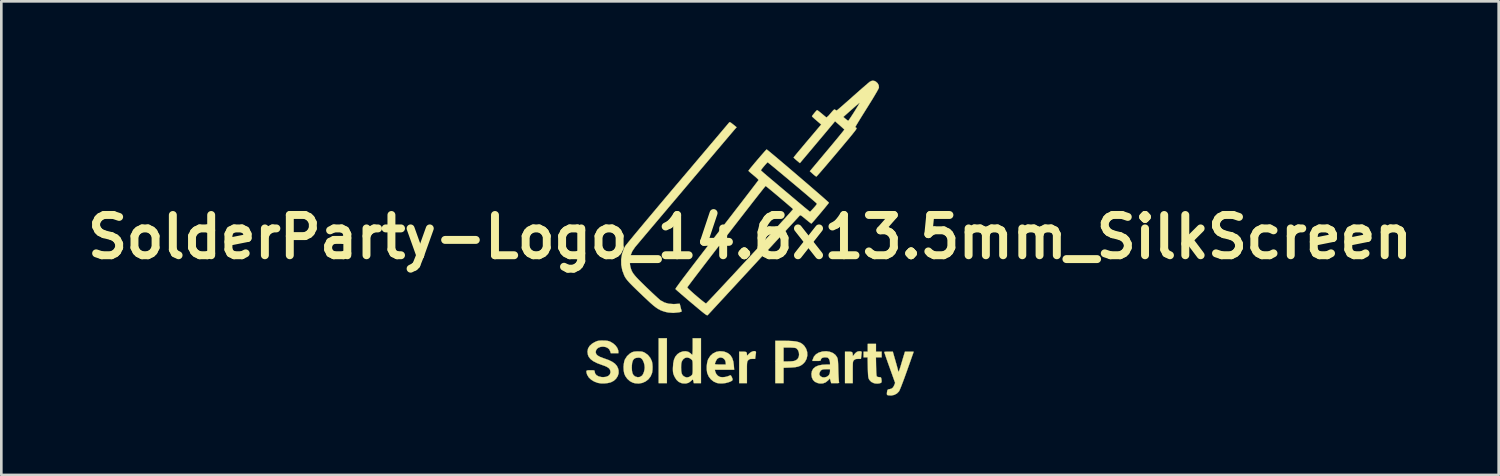
<source format=kicad_pcb>
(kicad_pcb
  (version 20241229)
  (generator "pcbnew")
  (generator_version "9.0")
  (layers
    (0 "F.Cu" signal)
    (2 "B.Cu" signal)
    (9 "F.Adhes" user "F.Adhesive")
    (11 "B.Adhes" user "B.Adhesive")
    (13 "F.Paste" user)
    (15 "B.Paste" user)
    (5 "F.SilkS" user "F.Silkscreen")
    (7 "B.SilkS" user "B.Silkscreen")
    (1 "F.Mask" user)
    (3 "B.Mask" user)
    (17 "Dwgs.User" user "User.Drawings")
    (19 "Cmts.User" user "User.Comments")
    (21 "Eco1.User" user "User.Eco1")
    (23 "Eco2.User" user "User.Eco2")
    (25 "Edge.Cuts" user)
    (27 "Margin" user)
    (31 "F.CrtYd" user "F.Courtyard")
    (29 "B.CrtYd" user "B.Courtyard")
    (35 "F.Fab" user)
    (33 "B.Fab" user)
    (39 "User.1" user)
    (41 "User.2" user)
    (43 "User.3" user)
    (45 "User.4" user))
  (footprint "SolderParty-Logo_14.6x13.5mm_SilkScreen"
    (layer "F.Cu")
    (at 25.335 5.921)
    (property "Reference" "SolderParty-Logo_14.6x13.5mm_SilkScreen" (at 0 0 0) (layer "F.SilkS") (effects (font (size 1.524 1.524) (thickness 0.3))))
    (attr through_hole)
    (fp_poly (pts (xy -3.146 5.529) (xy -3.458 5.529) (xy -3.458 3.83) (xy -3.146 3.83) (xy -3.146 5.529)) (stroke (width 0.01) (type solid)) (fill yes) (layer "F.SilkS"))
    (fp_poly (pts (xy 0.219 4.337) (xy 0.227 4.375) (xy 0.226 4.381) (xy 0.218 4.427) (xy 0.209 4.492) (xy 0.205 4.518) (xy 0.193 4.611) (xy 0.086 4.611) (xy 0.018 4.614) (xy -0.026 4.627) (xy -0.061 4.654) (xy -0.069 4.663) (xy -0.085 4.681) (xy -0.097 4.7) (xy -0.106 4.725) (xy -0.111 4.763) (xy -0.115 4.817) (xy -0.117 4.895) (xy -0.117 5.002) (xy -0.117 5.122) (xy -0.117 5.529) (xy -0.41 5.529) (xy -0.41 4.338) (xy -0.276 4.338) (xy -0.197 4.34) (xy -0.15 4.351) (xy -0.126 4.376) (xy -0.118 4.42) (xy -0.117 4.45) (xy -0.116 4.477) (xy -0.107 4.483) (xy -0.085 4.465) (xy -0.044 4.421) (xy 0.014 4.371) (xy 0.077 4.336) (xy 0.137 4.319) (xy 0.187 4.318) (xy 0.219 4.337)) (stroke (width 0.01) (type solid)) (fill yes) (layer "F.SilkS"))
    (fp_poly (pts (xy 4.213 4.333) (xy 4.227 4.357) (xy 4.223 4.392) (xy 4.216 4.451) (xy 4.211 4.499) (xy 4.198 4.611) (xy 4.091 4.611) (xy 4.021 4.615) (xy 3.975 4.629) (xy 3.937 4.658) (xy 3.936 4.659) (xy 3.92 4.676) (xy 3.908 4.694) (xy 3.9 4.718) (xy 3.894 4.754) (xy 3.891 4.808) (xy 3.889 4.885) (xy 3.888 4.99) (xy 3.888 5.118) (xy 3.888 5.529) (xy 3.595 5.529) (xy 3.595 4.338) (xy 3.73 4.338) (xy 3.808 4.34) (xy 3.855 4.353) (xy 3.879 4.382) (xy 3.887 4.434) (xy 3.888 4.472) (xy 3.89 4.497) (xy 3.901 4.497) (xy 3.924 4.469) (xy 3.944 4.441) (xy 3.991 4.389) (xy 4.041 4.349) (xy 4.06 4.339) (xy 4.119 4.323) (xy 4.174 4.322) (xy 4.213 4.333)) (stroke (width 0.01) (type solid)) (fill yes) (layer "F.SilkS"))
    (fp_poly (pts (xy 4.767 4.338) (xy 4.982 4.338) (xy 4.982 4.552) (xy 4.765 4.552) (xy 4.771 4.903) (xy 4.775 5.046) (xy 4.78 5.152) (xy 4.786 5.225) (xy 4.795 5.267) (xy 4.802 5.278) (xy 4.837 5.295) (xy 4.889 5.303) (xy 4.894 5.303) (xy 4.936 5.305) (xy 4.958 5.321) (xy 4.97 5.359) (xy 4.974 5.387) (xy 4.98 5.445) (xy 4.978 5.489) (xy 4.976 5.497) (xy 4.948 5.522) (xy 4.892 5.539) (xy 4.821 5.546) (xy 4.744 5.542) (xy 4.688 5.53) (xy 4.589 5.482) (xy 4.518 5.407) (xy 4.501 5.377) (xy 4.488 5.345) (xy 4.478 5.304) (xy 4.471 5.248) (xy 4.466 5.171) (xy 4.462 5.068) (xy 4.458 4.931) (xy 4.458 4.929) (xy 4.451 4.552) (xy 4.298 4.552) (xy 4.298 4.338) (xy 4.455 4.338) (xy 4.455 4.044) (xy 4.767 4.044) (xy 4.767 4.338)) (stroke (width 0.01) (type solid)) (fill yes) (layer "F.SilkS"))
    (fp_poly (pts (xy 1.469 3.93) (xy 1.619 3.938) (xy 1.741 3.952) (xy 1.838 3.976) (xy 1.918 4.008) (xy 1.985 4.052) (xy 2.043 4.107) (xy 2.056 4.122) (xy 2.126 4.232) (xy 2.164 4.354) (xy 2.169 4.481) (xy 2.142 4.605) (xy 2.083 4.717) (xy 2.05 4.757) (xy 1.98 4.823) (xy 1.905 4.871) (xy 1.817 4.904) (xy 1.708 4.926) (xy 1.57 4.937) (xy 1.519 4.939) (xy 1.27 4.948) (xy 1.27 5.529) (xy 0.957 5.529) (xy 0.957 4.181) (xy 1.27 4.181) (xy 1.27 4.709) (xy 1.431 4.708) (xy 1.519 4.706) (xy 1.602 4.7) (xy 1.664 4.691) (xy 1.671 4.69) (xy 1.749 4.656) (xy 1.802 4.612) (xy 1.842 4.543) (xy 1.857 4.459) (xy 1.85 4.373) (xy 1.822 4.293) (xy 1.776 4.23) (xy 1.728 4.2) (xy 1.688 4.192) (xy 1.619 4.186) (xy 1.533 4.182) (xy 1.474 4.181) (xy 1.27 4.181) (xy 0.957 4.181) (xy 0.957 3.927) (xy 1.286 3.927) (xy 1.469 3.93)) (stroke (width 0.01) (type solid)) (fill yes) (layer "F.SilkS"))
    (fp_poly (pts (xy -1.01 4.331) (xy -0.95 4.346) (xy -0.833 4.397) (xy -0.742 4.473) (xy -0.675 4.577) (xy -0.632 4.71) (xy -0.613 4.85) (xy -0.6 5.021) (xy -1.332 5.021) (xy -1.318 5.085) (xy -1.282 5.175) (xy -1.221 5.247) (xy -1.143 5.292) (xy -1.132 5.295) (xy -1.047 5.305) (xy -0.946 5.297) (xy -0.847 5.273) (xy -0.785 5.248) (xy -0.752 5.233) (xy -0.73 5.235) (xy -0.71 5.26) (xy -0.686 5.308) (xy -0.662 5.365) (xy -0.66 5.406) (xy -0.682 5.437) (xy -0.734 5.466) (xy -0.798 5.491) (xy -0.92 5.525) (xy -1.051 5.54) (xy -1.176 5.537) (xy -1.254 5.523) (xy -1.376 5.469) (xy -1.481 5.385) (xy -1.564 5.277) (xy -1.617 5.153) (xy -1.623 5.13) (xy -1.638 5.015) (xy -1.638 4.887) (xy -1.629 4.809) (xy -1.329 4.809) (xy -1.31 4.816) (xy -1.261 4.822) (xy -1.189 4.825) (xy -1.123 4.826) (xy -0.918 4.826) (xy -0.918 4.766) (xy -0.934 4.684) (xy -0.975 4.619) (xy -1.034 4.576) (xy -1.103 4.558) (xy -1.174 4.568) (xy -1.239 4.61) (xy -1.246 4.618) (xy -1.276 4.663) (xy -1.305 4.725) (xy -1.325 4.783) (xy -1.329 4.809) (xy -1.629 4.809) (xy -1.623 4.763) (xy -1.596 4.656) (xy -1.582 4.622) (xy -1.504 4.499) (xy -1.403 4.407) (xy -1.284 4.347) (xy -1.152 4.321) (xy -1.01 4.331)) (stroke (width 0.01) (type solid)) (fill yes) (layer "F.SilkS"))
    (fp_poly (pts (xy -4.154 4.33) (xy -4.093 4.336) (xy -4.043 4.35) (xy -3.989 4.375) (xy -3.966 4.388) (xy -3.859 4.469) (xy -3.772 4.577) (xy -3.715 4.7) (xy -3.71 4.715) (xy -3.695 4.803) (xy -3.688 4.911) (xy -3.691 5.022) (xy -3.703 5.12) (xy -3.71 5.152) (xy -3.764 5.278) (xy -3.847 5.384) (xy -3.952 5.465) (xy -4.075 5.52) (xy -4.209 5.544) (xy -4.348 5.535) (xy -4.435 5.512) (xy -4.547 5.453) (xy -4.645 5.365) (xy -4.721 5.257) (xy -4.76 5.164) (xy -4.78 5.056) (xy -4.786 4.938) (xy -4.474 4.938) (xy -4.468 5.061) (xy -4.449 5.153) (xy -4.414 5.22) (xy -4.361 5.268) (xy -4.338 5.281) (xy -4.25 5.306) (xy -4.165 5.294) (xy -4.09 5.247) (xy -4.081 5.237) (xy -4.043 5.178) (xy -4.011 5.094) (xy -3.991 5.001) (xy -3.986 4.933) (xy -3.995 4.839) (xy -4.021 4.743) (xy -4.058 4.661) (xy -4.084 4.624) (xy -4.123 4.586) (xy -4.162 4.568) (xy -4.218 4.564) (xy -4.238 4.564) (xy -4.324 4.576) (xy -4.389 4.611) (xy -4.434 4.673) (xy -4.462 4.765) (xy -4.474 4.889) (xy -4.474 4.938) (xy -4.786 4.938) (xy -4.786 4.933) (xy -4.778 4.809) (xy -4.757 4.697) (xy -4.732 4.629) (xy -4.654 4.508) (xy -4.549 4.411) (xy -4.485 4.371) (xy -4.431 4.348) (xy -4.37 4.335) (xy -4.287 4.329) (xy -4.24 4.329) (xy -4.154 4.33)) (stroke (width 0.01) (type solid)) (fill yes) (layer "F.SilkS"))
    (fp_poly (pts (xy 5.506 4.694) (xy 5.538 4.807) (xy 5.566 4.908) (xy 5.588 4.991) (xy 5.603 5.048) (xy 5.608 5.075) (xy 5.608 5.075) (xy 5.617 5.098) (xy 5.622 5.099) (xy 5.633 5.082) (xy 5.652 5.034) (xy 5.676 4.963) (xy 5.702 4.88) (xy 5.734 4.771) (xy 5.768 4.657) (xy 5.799 4.552) (xy 5.815 4.499) (xy 5.864 4.338) (xy 6.029 4.338) (xy 6.103 4.338) (xy 6.16 4.339) (xy 6.191 4.342) (xy 6.193 4.342) (xy 6.187 4.361) (xy 6.169 4.413) (xy 6.14 4.493) (xy 6.103 4.599) (xy 6.059 4.725) (xy 6.008 4.868) (xy 5.953 5.023) (xy 5.942 5.055) (xy 5.88 5.228) (xy 5.822 5.387) (xy 5.768 5.53) (xy 5.722 5.65) (xy 5.683 5.745) (xy 5.654 5.811) (xy 5.638 5.841) (xy 5.56 5.92) (xy 5.461 5.973) (xy 5.347 5.997) (xy 5.23 5.989) (xy 5.212 5.985) (xy 5.189 5.972) (xy 5.18 5.945) (xy 5.182 5.894) (xy 5.19 5.839) (xy 5.201 5.793) (xy 5.224 5.77) (xy 5.27 5.759) (xy 5.279 5.758) (xy 5.357 5.736) (xy 5.413 5.691) (xy 5.455 5.614) (xy 5.461 5.6) (xy 5.492 5.52) (xy 5.286 4.943) (xy 5.235 4.801) (xy 5.189 4.671) (xy 5.149 4.557) (xy 5.117 4.463) (xy 5.094 4.396) (xy 5.082 4.358) (xy 5.08 4.352) (xy 5.098 4.345) (xy 5.146 4.34) (xy 5.215 4.338) (xy 5.242 4.338) (xy 5.404 4.338) (xy 5.506 4.694)) (stroke (width 0.01) (type solid)) (fill yes) (layer "F.SilkS"))
    (fp_poly (pts (xy -1.856 5.529) (xy -2.128 5.529) (xy -2.141 5.461) (xy -2.153 5.416) (xy -2.165 5.393) (xy -2.167 5.393) (xy -2.188 5.405) (xy -2.224 5.438) (xy -2.237 5.451) (xy -2.323 5.514) (xy -2.427 5.543) (xy -2.545 5.538) (xy -2.599 5.526) (xy -2.699 5.481) (xy -2.782 5.404) (xy -2.851 5.294) (xy -2.859 5.278) (xy -2.887 5.214) (xy -2.905 5.161) (xy -2.914 5.105) (xy -2.918 5.035) (xy -2.918 4.953) (xy -2.917 4.943) (xy -2.608 4.943) (xy -2.603 5.067) (xy -2.587 5.158) (xy -2.556 5.223) (xy -2.509 5.268) (xy -2.475 5.286) (xy -2.428 5.306) (xy -2.396 5.312) (xy -2.36 5.309) (xy -2.328 5.302) (xy -2.271 5.279) (xy -2.218 5.241) (xy -2.218 5.241) (xy -2.198 5.219) (xy -2.184 5.196) (xy -2.176 5.164) (xy -2.171 5.116) (xy -2.169 5.044) (xy -2.169 4.941) (xy -2.169 4.934) (xy -2.169 4.83) (xy -2.171 4.757) (xy -2.175 4.708) (xy -2.183 4.676) (xy -2.197 4.653) (xy -2.217 4.633) (xy -2.223 4.627) (xy -2.302 4.575) (xy -2.384 4.558) (xy -2.463 4.576) (xy -2.53 4.627) (xy -2.564 4.676) (xy -2.586 4.725) (xy -2.599 4.777) (xy -2.606 4.846) (xy -2.608 4.942) (xy -2.608 4.943) (xy -2.917 4.943) (xy -2.906 4.778) (xy -2.875 4.634) (xy -2.822 4.519) (xy -2.746 4.431) (xy -2.651 4.367) (xy -2.54 4.329) (xy -2.431 4.322) (xy -2.332 4.346) (xy -2.25 4.401) (xy -2.239 4.413) (xy -2.207 4.443) (xy -2.185 4.455) (xy -2.18 4.436) (xy -2.175 4.385) (xy -2.171 4.308) (xy -2.169 4.212) (xy -2.169 4.142) (xy -2.169 3.83) (xy -1.856 3.83) (xy -1.856 5.529)) (stroke (width 0.01) (type solid)) (fill yes) (layer "F.SilkS"))
    (fp_poly (pts (xy 3.019 4.342) (xy 3.136 4.388) (xy 3.23 4.459) (xy 3.29 4.543) (xy 3.304 4.573) (xy 3.315 4.606) (xy 3.323 4.65) (xy 3.329 4.709) (xy 3.334 4.79) (xy 3.338 4.899) (xy 3.342 5.04) (xy 3.342 5.041) (xy 3.346 5.167) (xy 3.351 5.281) (xy 3.357 5.377) (xy 3.362 5.449) (xy 3.367 5.489) (xy 3.369 5.495) (xy 3.373 5.512) (xy 3.362 5.522) (xy 3.329 5.528) (xy 3.266 5.529) (xy 3.228 5.529) (xy 3.073 5.529) (xy 3.048 5.441) (xy 3.023 5.352) (xy 2.959 5.421) (xy 2.865 5.499) (xy 2.759 5.539) (xy 2.641 5.543) (xy 2.562 5.526) (xy 2.458 5.48) (xy 2.384 5.407) (xy 2.339 5.31) (xy 2.325 5.191) (xy 2.329 5.163) (xy 2.622 5.163) (xy 2.626 5.212) (xy 2.659 5.26) (xy 2.666 5.267) (xy 2.73 5.305) (xy 2.81 5.314) (xy 2.895 5.293) (xy 2.911 5.285) (xy 2.982 5.231) (xy 3.02 5.157) (xy 3.028 5.085) (xy 3.028 5.002) (xy 2.89 5.002) (xy 2.796 5.005) (xy 2.731 5.018) (xy 2.687 5.044) (xy 2.654 5.087) (xy 2.648 5.099) (xy 2.622 5.163) (xy 2.329 5.163) (xy 2.342 5.078) (xy 2.391 4.985) (xy 2.473 4.914) (xy 2.588 4.863) (xy 2.734 4.834) (xy 2.883 4.826) (xy 3.028 4.826) (xy 3.028 4.757) (xy 3.018 4.685) (xy 2.992 4.62) (xy 2.956 4.575) (xy 2.94 4.565) (xy 2.901 4.557) (xy 2.843 4.553) (xy 2.825 4.552) (xy 2.75 4.565) (xy 2.698 4.599) (xy 2.677 4.65) (xy 2.677 4.657) (xy 2.671 4.673) (xy 2.65 4.683) (xy 2.606 4.688) (xy 2.532 4.689) (xy 2.518 4.689) (xy 2.36 4.689) (xy 2.373 4.636) (xy 2.419 4.525) (xy 2.497 4.437) (xy 2.603 4.373) (xy 2.737 4.333) (xy 2.742 4.332) (xy 2.886 4.322) (xy 3.019 4.342)) (stroke (width 0.01) (type solid)) (fill yes) (layer "F.SilkS"))
    (fp_poly (pts (xy -5.47 3.92) (xy -5.397 3.928) (xy -5.337 3.942) (xy -5.285 3.963) (xy -5.18 4.025) (xy -5.091 4.104) (xy -5.025 4.194) (xy -4.988 4.286) (xy -4.982 4.337) (xy -4.982 4.396) (xy -5.269 4.396) (xy -5.293 4.317) (xy -5.332 4.245) (xy -5.396 4.192) (xy -5.475 4.16) (xy -5.563 4.148) (xy -5.65 4.156) (xy -5.73 4.184) (xy -5.793 4.232) (xy -5.832 4.301) (xy -5.835 4.31) (xy -5.839 4.377) (xy -5.815 4.436) (xy -5.76 4.489) (xy -5.672 4.538) (xy -5.547 4.585) (xy -5.52 4.594) (xy -5.35 4.655) (xy -5.215 4.721) (xy -5.112 4.794) (xy -5.039 4.877) (xy -4.993 4.974) (xy -4.975 5.044) (xy -4.973 5.155) (xy -5.006 5.263) (xy -5.069 5.36) (xy -5.156 5.441) (xy -5.263 5.496) (xy -5.267 5.498) (xy -5.383 5.526) (xy -5.515 5.54) (xy -5.645 5.538) (xy -5.758 5.52) (xy -5.763 5.519) (xy -5.9 5.467) (xy -6.015 5.396) (xy -6.105 5.31) (xy -6.162 5.214) (xy -6.173 5.183) (xy -6.19 5.116) (xy -6.193 5.074) (xy -6.175 5.052) (xy -6.13 5.043) (xy -6.053 5.041) (xy -6.037 5.041) (xy -5.96 5.042) (xy -5.913 5.045) (xy -5.89 5.054) (xy -5.882 5.069) (xy -5.881 5.085) (xy -5.863 5.163) (xy -5.812 5.227) (xy -5.732 5.273) (xy -5.627 5.298) (xy -5.558 5.303) (xy -5.449 5.291) (xy -5.364 5.256) (xy -5.307 5.202) (xy -5.281 5.13) (xy -5.284 5.071) (xy -5.303 5.014) (xy -5.34 4.966) (xy -5.401 4.923) (xy -5.489 4.881) (xy -5.611 4.837) (xy -5.618 4.835) (xy -5.793 4.769) (xy -5.931 4.698) (xy -6.033 4.621) (xy -6.102 4.536) (xy -6.134 4.46) (xy -6.151 4.337) (xy -6.131 4.224) (xy -6.074 4.125) (xy -5.981 4.039) (xy -5.886 3.982) (xy -5.82 3.951) (xy -5.766 3.932) (xy -5.711 3.922) (xy -5.64 3.918) (xy -5.569 3.918) (xy -5.47 3.92)) (stroke (width 0.01) (type solid)) (fill yes) (layer "F.SilkS"))
    (fp_poly (pts (xy -0.751 -4.342) (xy -0.714 -4.32) (xy -0.657 -4.275) (xy -0.637 -4.26) (xy -0.508 -4.155) (xy -0.554 -4.104) (xy -0.571 -4.084) (xy -0.612 -4.037) (xy -0.675 -3.963) (xy -0.757 -3.866) (xy -0.858 -3.747) (xy -0.976 -3.608) (xy -1.109 -3.451) (xy -1.255 -3.279) (xy -1.412 -3.093) (xy -1.58 -2.896) (xy -1.755 -2.689) (xy -1.937 -2.474) (xy -2.124 -2.254) (xy -2.313 -2.03) (xy -2.504 -1.804) (xy -2.694 -1.579) (xy -2.882 -1.357) (xy -3.067 -1.139) (xy -3.245 -0.928) (xy -3.417 -0.725) (xy -3.579 -0.533) (xy -3.731 -0.354) (xy -3.87 -0.189) (xy -3.995 -0.041) (xy -4.105 0.089) (xy -4.196 0.198) (xy -4.269 0.284) (xy -4.32 0.345) (xy -4.349 0.379) (xy -4.35 0.381) (xy -4.456 0.536) (xy -4.523 0.7) (xy -4.551 0.871) (xy -4.542 1.05) (xy -4.523 1.142) (xy -4.504 1.206) (xy -4.483 1.264) (xy -4.456 1.32) (xy -4.42 1.378) (xy -4.372 1.441) (xy -4.309 1.514) (xy -4.228 1.6) (xy -4.125 1.703) (xy -3.999 1.827) (xy -3.931 1.893) (xy -3.816 2.003) (xy -3.706 2.108) (xy -3.605 2.202) (xy -3.517 2.283) (xy -3.447 2.346) (xy -3.398 2.388) (xy -3.383 2.399) (xy -3.239 2.478) (xy -3.075 2.524) (xy -2.891 2.537) (xy -2.842 2.535) (xy -2.661 2.524) (xy -2.63 2.646) (xy -2.613 2.715) (xy -2.597 2.771) (xy -2.588 2.799) (xy -2.589 2.817) (xy -2.614 2.831) (xy -2.668 2.844) (xy -2.702 2.85) (xy -2.903 2.87) (xy -3.096 2.855) (xy -3.2 2.833) (xy -3.299 2.803) (xy -3.388 2.768) (xy -3.474 2.723) (xy -3.563 2.663) (xy -3.662 2.586) (xy -3.775 2.487) (xy -3.878 2.391) (xy -4.054 2.226) (xy -4.203 2.084) (xy -4.328 1.963) (xy -4.432 1.861) (xy -4.517 1.775) (xy -4.585 1.703) (xy -4.639 1.641) (xy -4.681 1.588) (xy -4.714 1.54) (xy -4.74 1.495) (xy -4.756 1.465) (xy -4.833 1.262) (xy -4.873 1.054) (xy -4.876 0.845) (xy -4.842 0.638) (xy -4.771 0.439) (xy -4.724 0.347) (xy -4.704 0.32) (xy -4.66 0.264) (xy -4.594 0.182) (xy -4.507 0.076) (xy -4.4 -0.054) (xy -4.275 -0.204) (xy -4.134 -0.374) (xy -3.977 -0.562) (xy -3.806 -0.765) (xy -3.623 -0.983) (xy -3.429 -1.214) (xy -3.226 -1.455) (xy -3.014 -1.706) (xy -2.796 -1.964) (xy -2.735 -2.035) (xy -2.517 -2.293) (xy -2.304 -2.543) (xy -2.1 -2.784) (xy -1.906 -3.014) (xy -1.722 -3.231) (xy -1.551 -3.433) (xy -1.394 -3.619) (xy -1.251 -3.787) (xy -1.125 -3.936) (xy -1.017 -4.064) (xy -0.928 -4.169) (xy -0.86 -4.25) (xy -0.814 -4.305) (xy -0.791 -4.332) (xy -0.789 -4.335) (xy -0.774 -4.346) (xy -0.751 -4.342)) (stroke (width 0.01) (type solid)) (fill yes) (layer "F.SilkS"))
    (fp_poly (pts (xy 4.699 -5.911) (xy 4.762 -5.882) (xy 4.83 -5.821) (xy 4.871 -5.744) (xy 4.879 -5.661) (xy 4.878 -5.653) (xy 4.865 -5.621) (xy 4.832 -5.558) (xy 4.782 -5.469) (xy 4.715 -5.355) (xy 4.634 -5.22) (xy 4.539 -5.067) (xy 4.434 -4.898) (xy 4.427 -4.887) (xy 4.333 -4.737) (xy 4.246 -4.598) (xy 4.168 -4.472) (xy 4.101 -4.363) (xy 4.048 -4.275) (xy 4.01 -4.211) (xy 3.989 -4.174) (xy 3.986 -4.167) (xy 4.002 -4.145) (xy 4.026 -4.13) (xy 4.032 -4.124) (xy 4.033 -4.113) (xy 4.026 -4.095) (xy 4.009 -4.067) (xy 3.981 -4.027) (xy 3.94 -3.974) (xy 3.884 -3.904) (xy 3.812 -3.815) (xy 3.722 -3.706) (xy 3.612 -3.575) (xy 3.481 -3.418) (xy 3.326 -3.234) (xy 3.298 -3.201) (xy 3.161 -3.038) (xy 3.031 -2.885) (xy 2.911 -2.744) (xy 2.802 -2.617) (xy 2.708 -2.507) (xy 2.629 -2.417) (xy 2.568 -2.348) (xy 2.528 -2.304) (xy 2.511 -2.288) (xy 2.511 -2.288) (xy 2.488 -2.3) (xy 2.445 -2.332) (xy 2.39 -2.378) (xy 2.378 -2.389) (xy 2.265 -2.491) (xy 2.92 -3.273) (xy 3.046 -3.423) (xy 3.163 -3.564) (xy 3.27 -3.693) (xy 3.365 -3.808) (xy 3.444 -3.905) (xy 3.506 -3.982) (xy 3.549 -4.036) (xy 3.569 -4.064) (xy 3.57 -4.067) (xy 3.555 -4.084) (xy 3.515 -4.121) (xy 3.458 -4.173) (xy 3.392 -4.232) (xy 3.218 -4.383) (xy 3.177 -4.333) (xy 3.156 -4.308) (xy 3.113 -4.257) (xy 3.05 -4.181) (xy 2.97 -4.086) (xy 2.875 -3.972) (xy 2.768 -3.845) (xy 2.651 -3.706) (xy 2.527 -3.559) (xy 2.512 -3.54) (xy 1.888 -2.799) (xy 1.769 -2.897) (xy 1.714 -2.945) (xy 1.672 -2.985) (xy 1.652 -3.008) (xy 1.651 -3.01) (xy 1.663 -3.028) (xy 1.698 -3.072) (xy 1.753 -3.14) (xy 1.825 -3.227) (xy 1.913 -3.332) (xy 2.012 -3.45) (xy 2.121 -3.58) (xy 2.173 -3.641) (xy 2.695 -4.258) (xy 2.52 -4.408) (xy 2.451 -4.467) (xy 2.395 -4.518) (xy 2.358 -4.554) (xy 2.345 -4.57) (xy 2.356 -4.591) (xy 2.386 -4.631) (xy 2.427 -4.682) (xy 2.47 -4.734) (xy 2.508 -4.776) (xy 2.533 -4.8) (xy 2.537 -4.802) (xy 2.557 -4.793) (xy 2.6 -4.763) (xy 2.658 -4.717) (xy 2.698 -4.685) (xy 2.764 -4.629) (xy 2.822 -4.581) (xy 2.863 -4.547) (xy 2.875 -4.537) (xy 2.892 -4.53) (xy 2.913 -4.537) (xy 2.923 -4.545) (xy 3.531 -4.545) (xy 3.617 -4.471) (xy 3.666 -4.432) (xy 3.704 -4.407) (xy 3.72 -4.402) (xy 3.735 -4.42) (xy 3.767 -4.465) (xy 3.813 -4.534) (xy 3.87 -4.621) (xy 3.934 -4.72) (xy 3.949 -4.744) (xy 4.012 -4.845) (xy 4.066 -4.934) (xy 4.109 -5.006) (xy 4.137 -5.056) (xy 4.147 -5.079) (xy 4.147 -5.08) (xy 4.128 -5.068) (xy 4.086 -5.033) (xy 4.023 -4.98) (xy 3.945 -4.912) (xy 3.856 -4.834) (xy 3.832 -4.813) (xy 3.531 -4.545) (xy 2.923 -4.545) (xy 2.943 -4.562) (xy 2.987 -4.609) (xy 3.048 -4.68) (xy 3.11 -4.752) (xy 3.153 -4.798) (xy 3.181 -4.822) (xy 3.201 -4.829) (xy 3.217 -4.822) (xy 3.226 -4.814) (xy 3.262 -4.793) (xy 3.287 -4.793) (xy 3.306 -4.807) (xy 3.352 -4.846) (xy 3.42 -4.904) (xy 3.508 -4.98) (xy 3.611 -5.071) (xy 3.728 -5.174) (xy 3.854 -5.285) (xy 3.898 -5.325) (xy 4.028 -5.44) (xy 4.151 -5.549) (xy 4.264 -5.647) (xy 4.362 -5.732) (xy 4.443 -5.802) (xy 4.503 -5.852) (xy 4.538 -5.88) (xy 4.543 -5.883) (xy 4.621 -5.916) (xy 4.699 -5.911)) (stroke (width 0.01) (type solid)) (fill yes) (layer "F.SilkS"))
    (fp_poly (pts (xy 0.649 -3.302) (xy 0.695 -3.265) (xy 0.765 -3.208) (xy 0.856 -3.132) (xy 0.966 -3.04) (xy 1.091 -2.935) (xy 1.228 -2.818) (xy 1.377 -2.693) (xy 1.532 -2.56) (xy 1.692 -2.424) (xy 1.854 -2.285) (xy 2.015 -2.147) (xy 2.173 -2.012) (xy 2.325 -1.881) (xy 2.467 -1.758) (xy 2.598 -1.645) (xy 2.714 -1.544) (xy 2.813 -1.457) (xy 2.892 -1.387) (xy 2.949 -1.336) (xy 2.98 -1.307) (xy 2.985 -1.3) (xy 2.972 -1.279) (xy 2.937 -1.234) (xy 2.885 -1.17) (xy 2.821 -1.091) (xy 2.747 -1.002) (xy 2.668 -0.908) (xy 2.589 -0.814) (xy 2.513 -0.724) (xy 2.445 -0.644) (xy 2.388 -0.579) (xy 2.346 -0.533) (xy 2.324 -0.511) (xy 2.322 -0.509) (xy 2.303 -0.521) (xy 2.26 -0.553) (xy 2.199 -0.601) (xy 2.127 -0.66) (xy 2.109 -0.675) (xy 2.028 -0.742) (xy 1.971 -0.787) (xy 1.933 -0.813) (xy 1.908 -0.823) (xy 1.891 -0.82) (xy 1.876 -0.808) (xy 1.875 -0.807) (xy 1.858 -0.789) (xy 1.816 -0.743) (xy 1.751 -0.672) (xy 1.664 -0.578) (xy 1.557 -0.462) (xy 1.431 -0.326) (xy 1.289 -0.172) (xy 1.131 -0.001) (xy 0.959 0.184) (xy 0.776 0.383) (xy 0.582 0.593) (xy 0.379 0.812) (xy 0.169 1.04) (xy 0.137 1.075) (xy -0.074 1.303) (xy -0.278 1.524) (xy -0.473 1.735) (xy -0.658 1.935) (xy -0.832 2.123) (xy -0.991 2.296) (xy -1.136 2.452) (xy -1.264 2.591) (xy -1.374 2.709) (xy -1.464 2.807) (xy -1.533 2.881) (xy -1.578 2.93) (xy -1.599 2.952) (xy -1.6 2.953) (xy -1.61 2.959) (xy -1.624 2.96) (xy -1.644 2.952) (xy -1.674 2.934) (xy -1.717 2.903) (xy -1.776 2.858) (xy -1.852 2.796) (xy -1.95 2.715) (xy -2.072 2.612) (xy -2.218 2.49) (xy -2.348 2.38) (xy -2.468 2.277) (xy -2.577 2.184) (xy -2.669 2.104) (xy -2.743 2.04) (xy -2.794 1.994) (xy -2.819 1.97) (xy -2.821 1.968) (xy -2.816 1.954) (xy -2.794 1.918) (xy -2.785 1.906) (xy -2.374 1.906) (xy -2.36 1.927) (xy -2.32 1.968) (xy -2.26 2.024) (xy -2.185 2.092) (xy -2.101 2.167) (xy -2.011 2.244) (xy -1.922 2.319) (xy -1.839 2.388) (xy -1.766 2.446) (xy -1.709 2.488) (xy -1.673 2.512) (xy -1.665 2.515) (xy -1.648 2.5) (xy -1.607 2.458) (xy -1.543 2.392) (xy -1.457 2.301) (xy -1.351 2.189) (xy -1.227 2.057) (xy -1.086 1.906) (xy -0.93 1.739) (xy -0.761 1.557) (xy -0.579 1.362) (xy -0.388 1.155) (xy -0.188 0.939) (xy 0.001 0.735) (xy 0.207 0.512) (xy 0.405 0.296) (xy 0.594 0.09) (xy 0.773 -0.105) (xy 0.939 -0.286) (xy 1.091 -0.453) (xy 1.227 -0.603) (xy 1.347 -0.734) (xy 1.447 -0.846) (xy 1.528 -0.936) (xy 1.586 -1.002) (xy 1.621 -1.043) (xy 1.631 -1.057) (xy 1.613 -1.074) (xy 1.57 -1.113) (xy 1.505 -1.169) (xy 1.424 -1.239) (xy 1.329 -1.32) (xy 1.226 -1.407) (xy 1.119 -1.498) (xy 1.011 -1.589) (xy 0.907 -1.676) (xy 0.811 -1.756) (xy 0.727 -1.825) (xy 0.66 -1.88) (xy 0.613 -1.917) (xy 0.592 -1.933) (xy 0.591 -1.934) (xy 0.576 -1.918) (xy 0.54 -1.874) (xy 0.484 -1.804) (xy 0.409 -1.709) (xy 0.317 -1.593) (xy 0.21 -1.456) (xy 0.09 -1.303) (xy -0.041 -1.134) (xy -0.182 -0.953) (xy -0.331 -0.761) (xy -0.486 -0.561) (xy -0.646 -0.355) (xy -0.808 -0.145) (xy -0.971 0.067) (xy -1.133 0.277) (xy -1.293 0.484) (xy -1.448 0.686) (xy -1.597 0.88) (xy -1.739 1.064) (xy -1.87 1.236) (xy -1.991 1.394) (xy -2.098 1.534) (xy -2.19 1.656) (xy -2.265 1.756) (xy -2.322 1.832) (xy -2.359 1.883) (xy -2.374 1.905) (xy -2.374 1.906) (xy -2.785 1.906) (xy -2.754 1.861) (xy -2.697 1.782) (xy -2.622 1.679) (xy -2.527 1.552) (xy -2.412 1.401) (xy -2.277 1.223) (xy -2.121 1.019) (xy -1.944 0.788) (xy -1.744 0.528) (xy -1.521 0.239) (xy -1.275 -0.079) (xy -1.261 -0.097) (xy -1.069 -0.346) (xy -0.883 -0.586) (xy -0.705 -0.816) (xy -0.537 -1.035) (xy -0.379 -1.239) (xy -0.234 -1.427) (xy -0.103 -1.598) (xy 0.014 -1.75) (xy 0.114 -1.881) (xy 0.196 -1.988) (xy 0.259 -2.071) (xy 0.301 -2.127) (xy 0.322 -2.155) (xy 0.323 -2.157) (xy 0.311 -2.177) (xy 0.274 -2.215) (xy 0.218 -2.267) (xy 0.147 -2.327) (xy 0.137 -2.335) (xy 0.064 -2.395) (xy 0.003 -2.447) (xy -0.039 -2.486) (xy -0.057 -2.506) (xy -0.058 -2.507) (xy -0.046 -2.526) (xy -0.046 -2.526) (xy 0.412 -2.526) (xy 0.426 -2.51) (xy 0.467 -2.472) (xy 0.531 -2.416) (xy 0.613 -2.345) (xy 0.71 -2.263) (xy 0.817 -2.172) (xy 0.833 -2.159) (xy 0.96 -2.052) (xy 1.108 -1.927) (xy 1.269 -1.792) (xy 1.435 -1.653) (xy 1.595 -1.517) (xy 1.743 -1.393) (xy 1.754 -1.383) (xy 1.874 -1.282) (xy 1.984 -1.19) (xy 2.081 -1.109) (xy 2.162 -1.043) (xy 2.223 -0.993) (xy 2.26 -0.965) (xy 2.27 -0.958) (xy 2.287 -0.971) (xy 2.324 -1.008) (xy 2.375 -1.062) (xy 2.414 -1.105) (xy 2.474 -1.173) (xy 2.511 -1.22) (xy 2.527 -1.25) (xy 2.526 -1.269) (xy 2.519 -1.278) (xy 2.481 -1.312) (xy 2.42 -1.365) (xy 2.337 -1.436) (xy 2.236 -1.522) (xy 2.12 -1.621) (xy 1.992 -1.729) (xy 1.856 -1.844) (xy 1.714 -1.963) (xy 1.569 -2.084) (xy 1.426 -2.205) (xy 1.285 -2.322) (xy 1.152 -2.433) (xy 1.028 -2.535) (xy 0.918 -2.627) (xy 0.824 -2.704) (xy 0.749 -2.765) (xy 0.697 -2.807) (xy 0.67 -2.828) (xy 0.667 -2.83) (xy 0.646 -2.812) (xy 0.609 -2.772) (xy 0.562 -2.719) (xy 0.512 -2.66) (xy 0.466 -2.604) (xy 0.431 -2.558) (xy 0.413 -2.53) (xy 0.412 -2.526) (xy -0.046 -2.526) (xy -0.013 -2.57) (xy 0.038 -2.633) (xy 0.103 -2.711) (xy 0.176 -2.8) (xy 0.256 -2.894) (xy 0.337 -2.989) (xy 0.415 -3.08) (xy 0.487 -3.162) (xy 0.548 -3.232) (xy 0.595 -3.283) (xy 0.623 -3.311) (xy 0.629 -3.315) (xy 0.649 -3.302)) (stroke (width 0.01) (type solid)) (fill yes) (layer "F.SilkS")))
  (gr_rect
    (start -3 -3)
    (end 53.669 14.923)
    (stroke (width 0.1) (type default))
    (fill no)
    (layer "Edge.Cuts")))
</source>
